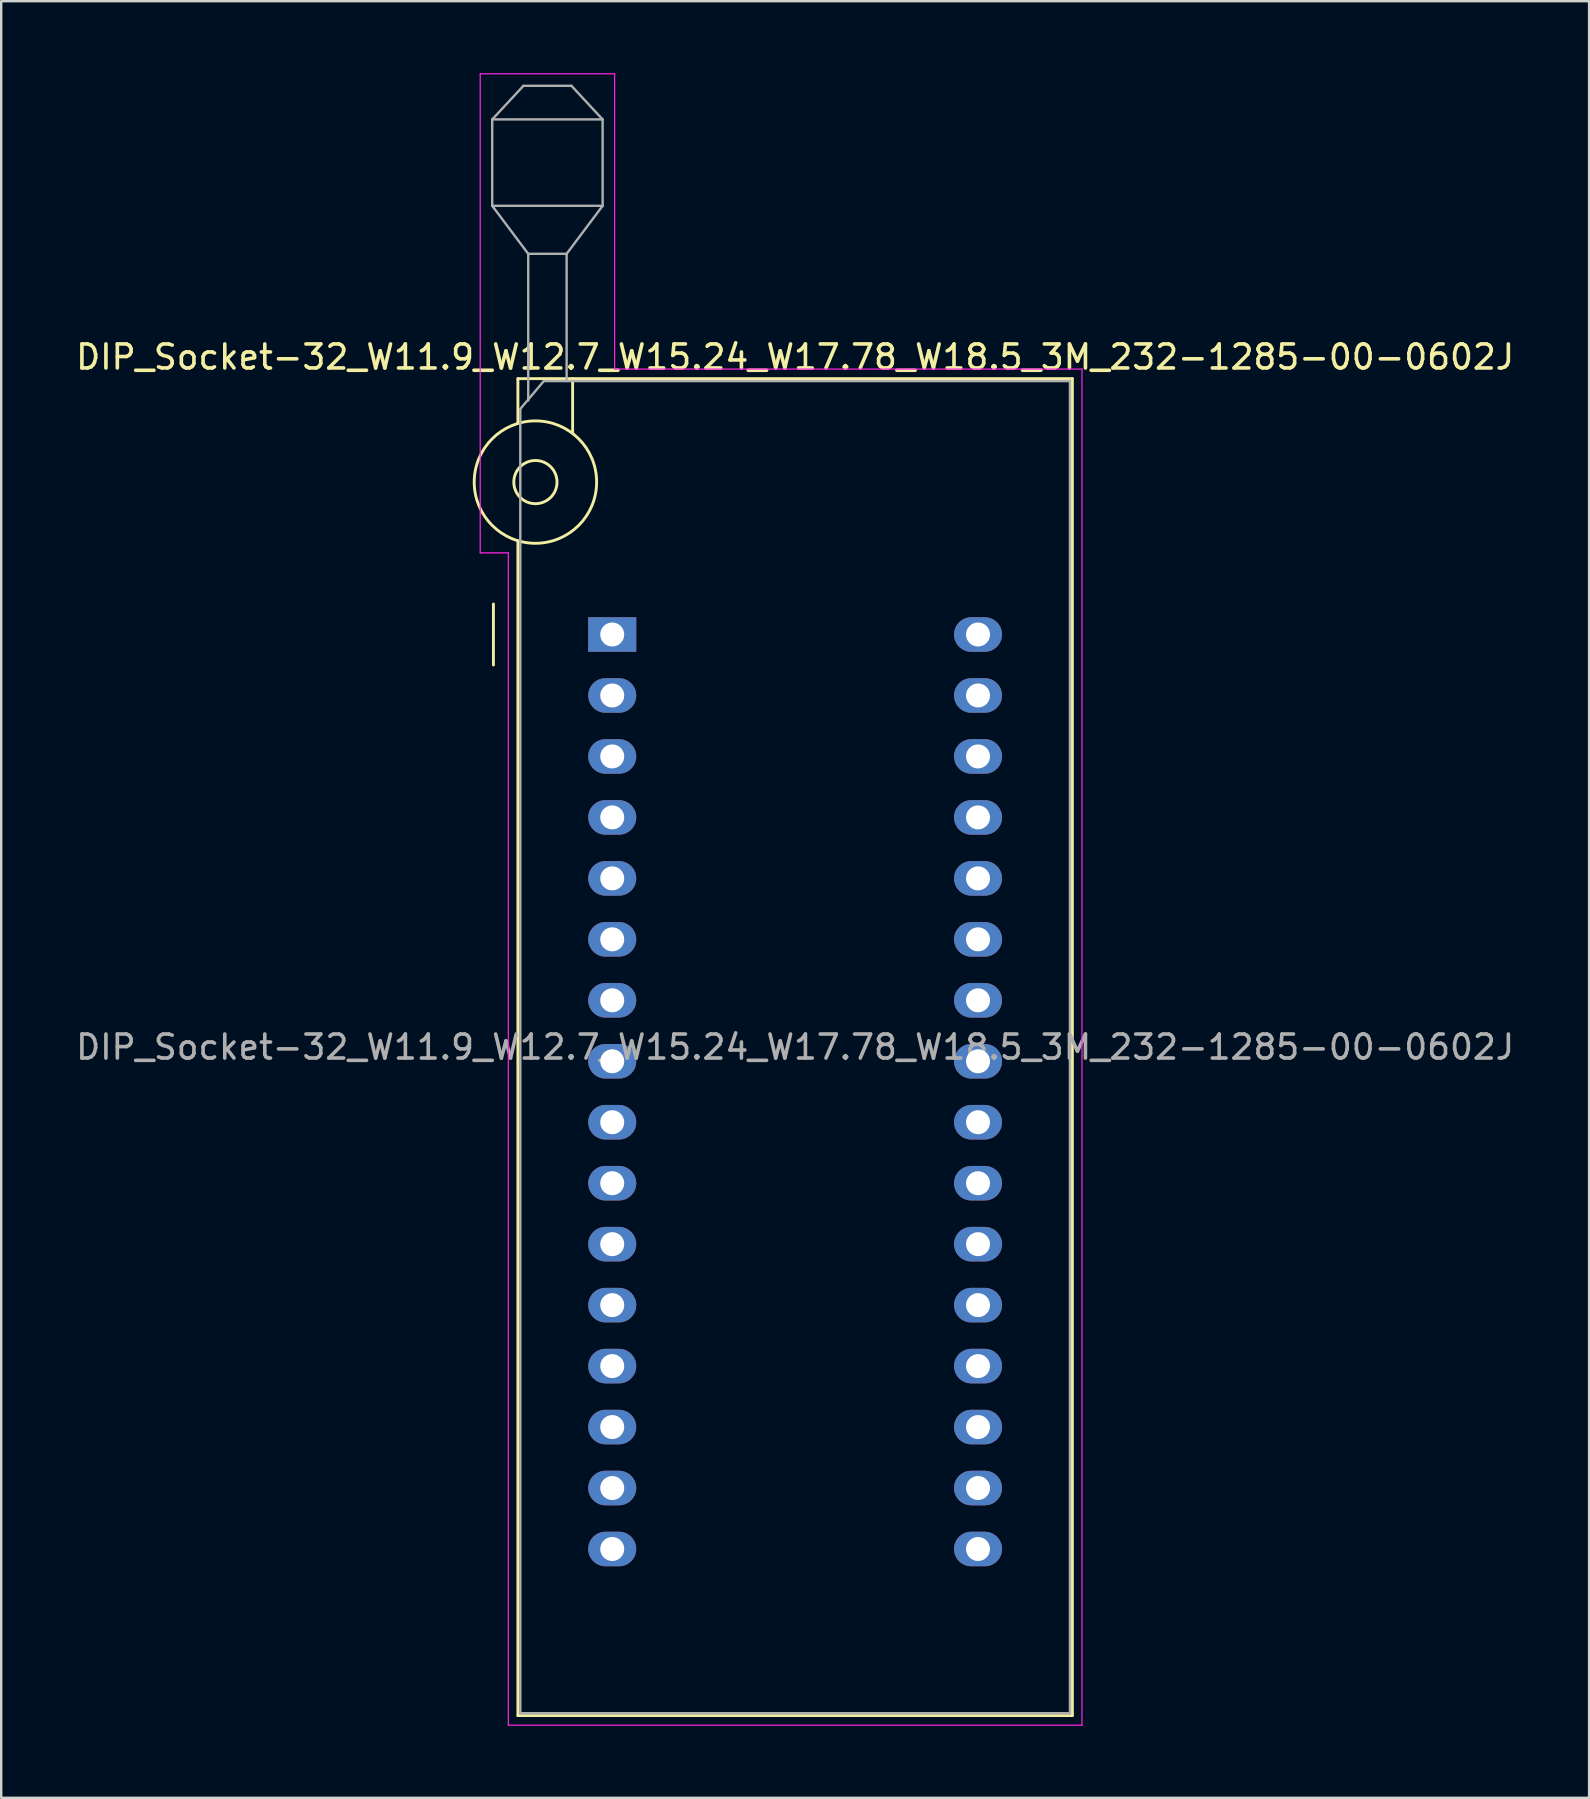
<source format=kicad_pcb>
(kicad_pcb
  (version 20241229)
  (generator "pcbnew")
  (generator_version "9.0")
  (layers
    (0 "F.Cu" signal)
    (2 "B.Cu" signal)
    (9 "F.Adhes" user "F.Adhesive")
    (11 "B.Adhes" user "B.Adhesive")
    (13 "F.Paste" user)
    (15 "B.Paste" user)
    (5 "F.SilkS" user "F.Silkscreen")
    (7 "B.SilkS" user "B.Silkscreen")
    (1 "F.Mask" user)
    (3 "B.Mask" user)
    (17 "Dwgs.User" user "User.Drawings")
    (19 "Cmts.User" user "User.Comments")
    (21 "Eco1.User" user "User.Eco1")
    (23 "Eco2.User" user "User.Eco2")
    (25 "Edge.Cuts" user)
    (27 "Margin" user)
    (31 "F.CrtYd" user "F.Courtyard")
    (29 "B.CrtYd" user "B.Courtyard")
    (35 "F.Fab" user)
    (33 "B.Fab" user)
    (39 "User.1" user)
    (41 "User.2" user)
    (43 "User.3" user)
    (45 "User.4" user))
  (footprint "DIP_Socket-32_W11.9_W12.7_W15.24_W17.78_W18.5_3M_232-1285-00-0602J"
    (layer "F.Cu")
    (at 22.457 23.385)
    (property "Reference" "DIP_Socket-32_W11.9_W12.7_W15.24_W17.78_W18.5_3M_232-1285-00-0602J" (at 7.62 -11.56 0) (layer "F.SilkS") (effects (font (size 1 1) (thickness 0.15))))
    (attr through_hole)
    (fp_line (start -4.95 1.27) (end -4.95 -1.27) (stroke (width 0.12) (type solid)) (layer "F.SilkS"))
    (fp_line (start -3.93 -10.66) (end -3.93 -8.8) (stroke (width 0.12) (type solid)) (layer "F.SilkS"))
    (fp_line (start -3.93 -3.9) (end -3.93 45.04) (stroke (width 0.12) (type solid)) (layer "F.SilkS"))
    (fp_line (start -3.93 45.04) (end 19.17 45.04) (stroke (width 0.12) (type solid)) (layer "F.SilkS"))
    (fp_line (start -1.65 -10.66) (end -1.65 -8.4) (stroke (width 0.12) (type solid)) (layer "F.SilkS"))
    (fp_line (start 19.17 -10.66) (end -3.93 -10.66) (stroke (width 0.12) (type solid)) (layer "F.SilkS"))
    (fp_line (start 19.17 45.04) (end 19.17 -10.66) (stroke (width 0.12) (type solid)) (layer "F.SilkS"))
    (fp_circle (center -3.2 -6.35) (end -2.3 -6.35) (stroke (width 0.12) (type solid)) (fill no) (layer "F.SilkS"))
    (fp_circle (center -3.2 -6.35) (end -0.65 -6.35) (stroke (width 0.12) (type solid)) (fill no) (layer "F.SilkS"))
    (fp_line (start -5.5 -23.36) (end 0.1 -23.36) (stroke (width 0.05) (type solid)) (layer "F.CrtYd"))
    (fp_line (start -5.5 -3.4) (end -5.5 -23.36) (stroke (width 0.05) (type solid)) (layer "F.CrtYd"))
    (fp_line (start -4.33 -3.4) (end -5.5 -3.4) (stroke (width 0.05) (type solid)) (layer "F.CrtYd"))
    (fp_line (start -4.33 45.44) (end -4.33 -3.4) (stroke (width 0.05) (type solid)) (layer "F.CrtYd"))
    (fp_line (start 0.1 -23.36) (end 0.1 -11.06) (stroke (width 0.05) (type solid)) (layer "F.CrtYd"))
    (fp_line (start 0.1 -11.06) (end 19.57 -11.06) (stroke (width 0.05) (type solid)) (layer "F.CrtYd"))
    (fp_line (start 19.57 -11.06) (end 19.57 45.44) (stroke (width 0.05) (type solid)) (layer "F.CrtYd"))
    (fp_line (start 19.57 45.44) (end -4.33 45.44) (stroke (width 0.05) (type solid)) (layer "F.CrtYd"))
    (fp_line (start -5 -21.46) (end -5 -17.86) (stroke (width 0.1) (type solid)) (layer "F.Fab"))
    (fp_line (start -5 -21.46) (end -3.7 -22.86) (stroke (width 0.1) (type solid)) (layer "F.Fab"))
    (fp_line (start -5 -17.86) (end -3.5 -15.86) (stroke (width 0.1) (type solid)) (layer "F.Fab"))
    (fp_line (start -5 -17.86) (end -0.4 -17.86) (stroke (width 0.1) (type solid)) (layer "F.Fab"))
    (fp_line (start -3.83 -9.4) (end -2.85 -10.56) (stroke (width 0.1) (type solid)) (layer "F.Fab"))
    (fp_line (start -3.83 44.94) (end -3.83 -9.4) (stroke (width 0.1) (type solid)) (layer "F.Fab"))
    (fp_line (start -3.7 -22.86) (end -1.7 -22.86) (stroke (width 0.1) (type solid)) (layer "F.Fab"))
    (fp_line (start -3.5 -15.86) (end -1.9 -15.86) (stroke (width 0.1) (type solid)) (layer "F.Fab"))
    (fp_line (start -3.5 -9.75) (end -3.5 -15.86) (stroke (width 0.1) (type solid)) (layer "F.Fab"))
    (fp_line (start -2.85 -10.56) (end 19.07 -10.56) (stroke (width 0.1) (type solid)) (layer "F.Fab"))
    (fp_line (start -1.9 -15.86) (end -1.9 -10.56) (stroke (width 0.1) (type solid)) (layer "F.Fab"))
    (fp_line (start -1.7 -22.86) (end -0.4 -21.46) (stroke (width 0.1) (type solid)) (layer "F.Fab"))
    (fp_line (start -0.4 -21.46) (end -5 -21.46) (stroke (width 0.1) (type solid)) (layer "F.Fab"))
    (fp_line (start -0.4 -17.86) (end -1.9 -15.86) (stroke (width 0.1) (type solid)) (layer "F.Fab"))
    (fp_line (start -0.4 -17.86) (end -0.4 -21.46) (stroke (width 0.1) (type solid)) (layer "F.Fab"))
    (fp_line (start 19.07 -10.56) (end 19.07 44.94) (stroke (width 0.1) (type solid)) (layer "F.Fab"))
    (fp_line (start 19.07 44.94) (end -3.83 44.94) (stroke (width 0.1) (type solid)) (layer "F.Fab"))
    (fp_text user "${REFERENCE}" (at 7.62 17.19 0) (layer "F.Fab") (effects (font (size 1 1) (thickness 0.15))))
    (pad "1" thru_hole rect (at 0 0) (size 2 1.44) (drill 1) (layers "*.Cu" "*.Mask"))
    (pad "2" thru_hole oval (at 0 2.54) (size 2 1.44) (drill 1) (layers "*.Cu" "*.Mask"))
    (pad "3" thru_hole oval (at 0 5.08) (size 2 1.44) (drill 1) (layers "*.Cu" "*.Mask"))
    (pad "4" thru_hole oval (at 0 7.62) (size 2 1.44) (drill 1) (layers "*.Cu" "*.Mask"))
    (pad "5" thru_hole oval (at 0 10.16) (size 2 1.44) (drill 1) (layers "*.Cu" "*.Mask"))
    (pad "6" thru_hole oval (at 0 12.7) (size 2 1.44) (drill 1) (layers "*.Cu" "*.Mask"))
    (pad "7" thru_hole oval (at 0 15.24) (size 2 1.44) (drill 1) (layers "*.Cu" "*.Mask"))
    (pad "8" thru_hole oval (at 0 17.78) (size 2 1.44) (drill 1) (layers "*.Cu" "*.Mask"))
    (pad "9" thru_hole oval (at 0 20.32) (size 2 1.44) (drill 1) (layers "*.Cu" "*.Mask"))
    (pad "10" thru_hole oval (at 0 22.86) (size 2 1.44) (drill 1) (layers "*.Cu" "*.Mask"))
    (pad "11" thru_hole oval (at 0 25.4) (size 2 1.44) (drill 1) (layers "*.Cu" "*.Mask"))
    (pad "12" thru_hole oval (at 0 27.94) (size 2 1.44) (drill 1) (layers "*.Cu" "*.Mask"))
    (pad "13" thru_hole oval (at 0 30.48) (size 2 1.44) (drill 1) (layers "*.Cu" "*.Mask"))
    (pad "14" thru_hole oval (at 0 33.02) (size 2 1.44) (drill 1) (layers "*.Cu" "*.Mask"))
    (pad "15" thru_hole oval (at 0 35.56) (size 2 1.44) (drill 1) (layers "*.Cu" "*.Mask"))
    (pad "16" thru_hole oval (at 0 38.1) (size 2 1.44) (drill 1) (layers "*.Cu" "*.Mask"))
    (pad "17" thru_hole oval (at 15.24 38.1) (size 2 1.44) (drill 1) (layers "*.Cu" "*.Mask"))
    (pad "18" thru_hole oval (at 15.24 35.56) (size 2 1.44) (drill 1) (layers "*.Cu" "*.Mask"))
    (pad "19" thru_hole oval (at 15.24 33.02) (size 2 1.44) (drill 1) (layers "*.Cu" "*.Mask"))
    (pad "20" thru_hole oval (at 15.24 30.48) (size 2 1.44) (drill 1) (layers "*.Cu" "*.Mask"))
    (pad "21" thru_hole oval (at 15.24 27.94) (size 2 1.44) (drill 1) (layers "*.Cu" "*.Mask"))
    (pad "22" thru_hole oval (at 15.24 25.4) (size 2 1.44) (drill 1) (layers "*.Cu" "*.Mask"))
    (pad "23" thru_hole oval (at 15.24 22.86) (size 2 1.44) (drill 1) (layers "*.Cu" "*.Mask"))
    (pad "24" thru_hole oval (at 15.24 20.32) (size 2 1.44) (drill 1) (layers "*.Cu" "*.Mask"))
    (pad "25" thru_hole oval (at 15.24 17.78) (size 2 1.44) (drill 1) (layers "*.Cu" "*.Mask"))
    (pad "26" thru_hole oval (at 15.24 15.24) (size 2 1.44) (drill 1) (layers "*.Cu" "*.Mask"))
    (pad "27" thru_hole oval (at 15.24 12.7) (size 2 1.44) (drill 1) (layers "*.Cu" "*.Mask"))
    (pad "28" thru_hole oval (at 15.24 10.16) (size 2 1.44) (drill 1) (layers "*.Cu" "*.Mask"))
    (pad "29" thru_hole oval (at 15.24 7.62) (size 2 1.44) (drill 1) (layers "*.Cu" "*.Mask"))
    (pad "30" thru_hole oval (at 15.24 5.08) (size 2 1.44) (drill 1) (layers "*.Cu" "*.Mask"))
    (pad "31" thru_hole oval (at 15.24 2.54) (size 2 1.44) (drill 1) (layers "*.Cu" "*.Mask"))
    (pad "32" thru_hole oval (at 15.24 0) (size 2 1.44) (drill 1) (layers "*.Cu" "*.Mask")))
  (gr_rect
    (start -3 -3)
    (end 63.155 71.85)
    (stroke (width 0.1) (type default))
    (fill no)
    (layer "Edge.Cuts")))
</source>
